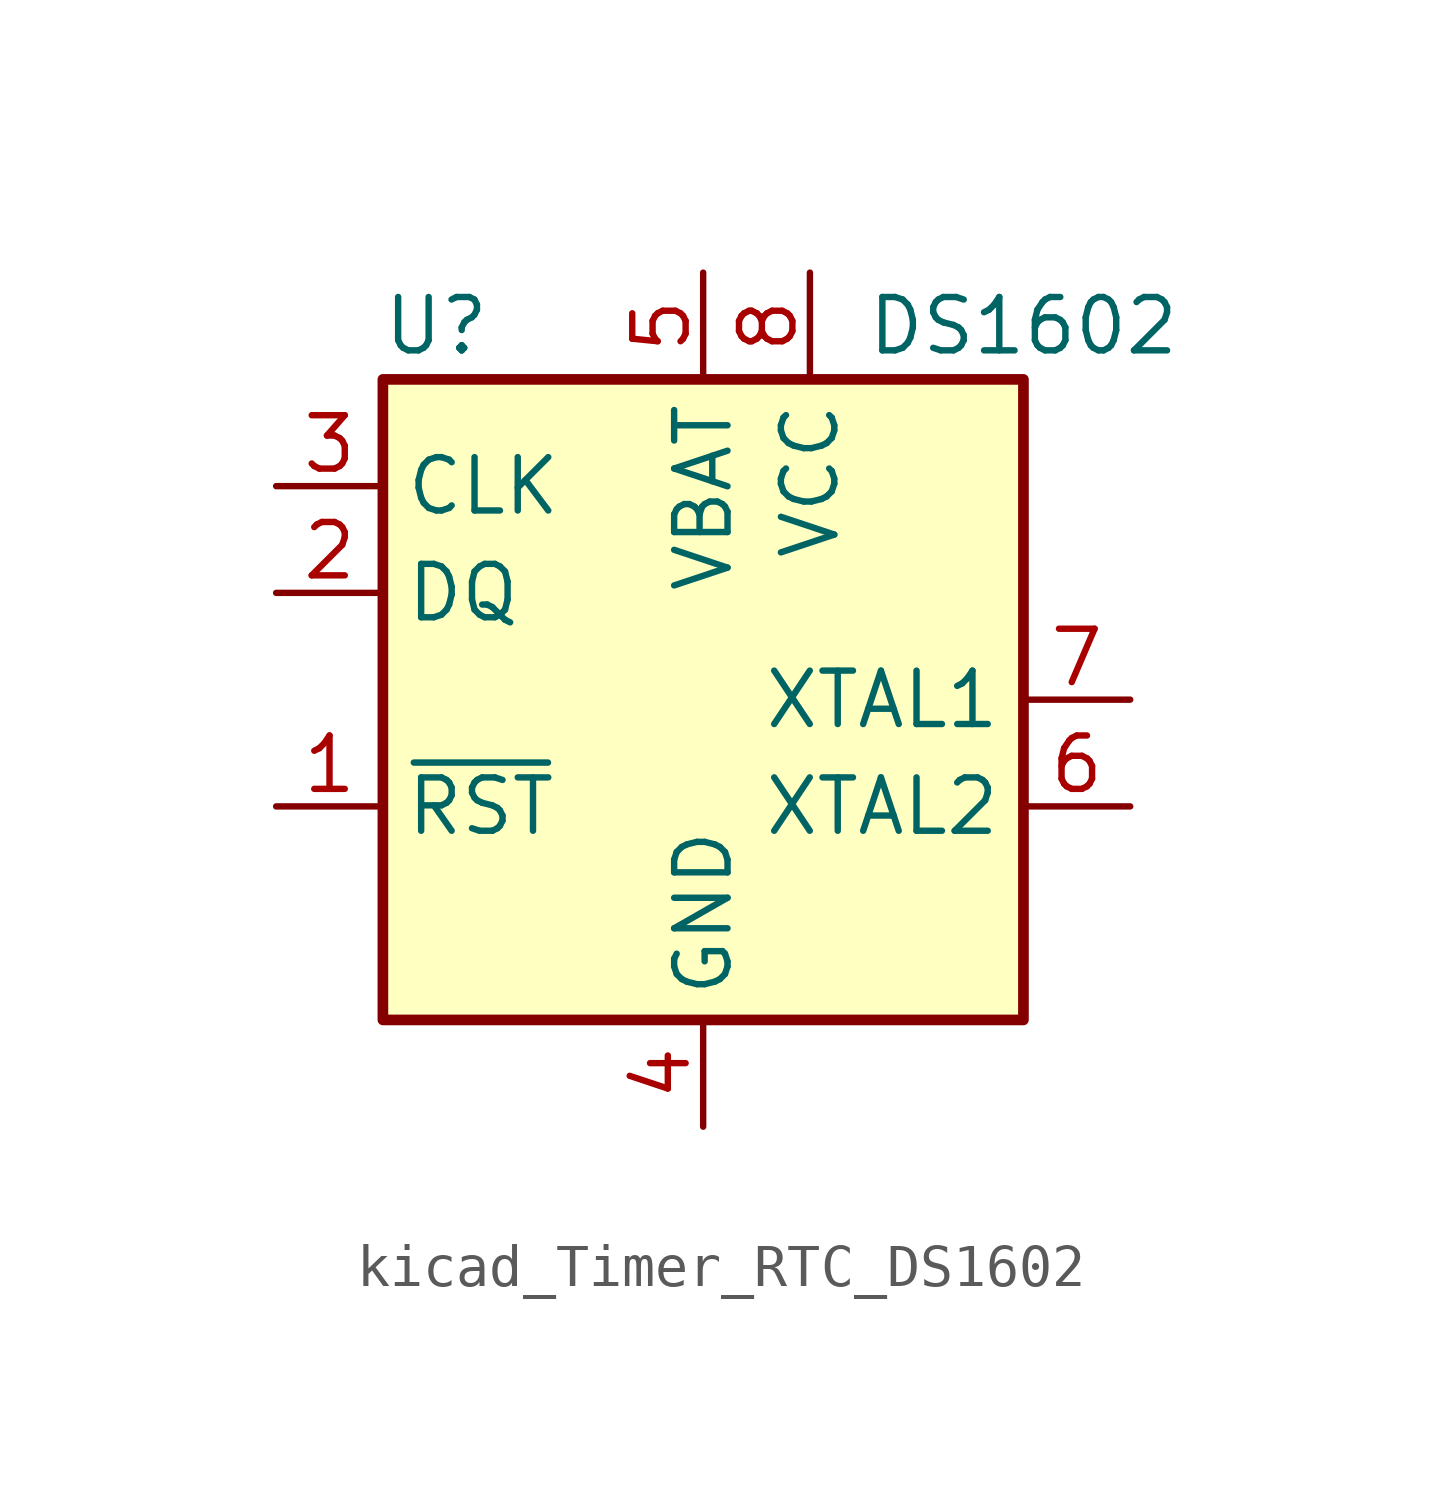
<source format=kicad_sym>
(kicad_symbol_lib
  (version 20220914)
  (generator kicad_symbol_editor)
  (symbol "kicad_Timer_RTC_DS1602"
    (property "Reference" "U"
      (at -6.35 8.89 0)
      (effects (font (size 1.27 1.27))))
    (property "Value" "DS1602"
      (at 7.62 8.89 0)
      (effects (font (size 1.27 1.27))))
    (symbol "kicad_Timer_RTC_DS1602_0_1"
      (rectangle (start -7.62 7.62) (end 7.62 -7.62) (stroke (width 0.254) (type default)) (fill (type background))))
    (symbol "kicad_Timer_RTC_DS1602_1_1"
      (pin input line (at -10.16 -2.54 0) (length 2.54) (name "~{RST}" (effects (font (size 1.27 1.27)))) (number "1" (effects (font (size 1.27 1.27)))))
      (pin bidirectional line (at -10.16 2.54 0) (length 2.54) (name "DQ" (effects (font (size 1.27 1.27)))) (number "2" (effects (font (size 1.27 1.27)))))
      (pin input line (at -10.16 5.08 0) (length 2.54) (name "CLK" (effects (font (size 1.27 1.27)))) (number "3" (effects (font (size 1.27 1.27)))))
      (pin power_in line (at 0 -10.16 90) (length 2.54) (name "GND" (effects (font (size 1.27 1.27)))) (number "4" (effects (font (size 1.27 1.27)))))
      (pin power_in line (at 0 10.16 270) (length 2.54) (name "VBAT" (effects (font (size 1.27 1.27)))) (number "5" (effects (font (size 1.27 1.27)))))
      (pin passive line (at 10.16 -2.54 180) (length 2.54) (name "XTAL2" (effects (font (size 1.27 1.27)))) (number "6" (effects (font (size 1.27 1.27)))))
      (pin passive line (at 10.16 0 180) (length 2.54) (name "XTAL1" (effects (font (size 1.27 1.27)))) (number "7" (effects (font (size 1.27 1.27)))))
      (pin power_in line (at 2.54 10.16 270) (length 2.54) (name "VCC" (effects (font (size 1.27 1.27)))) (number "8" (effects (font (size 1.27 1.27))))))))
</source>
